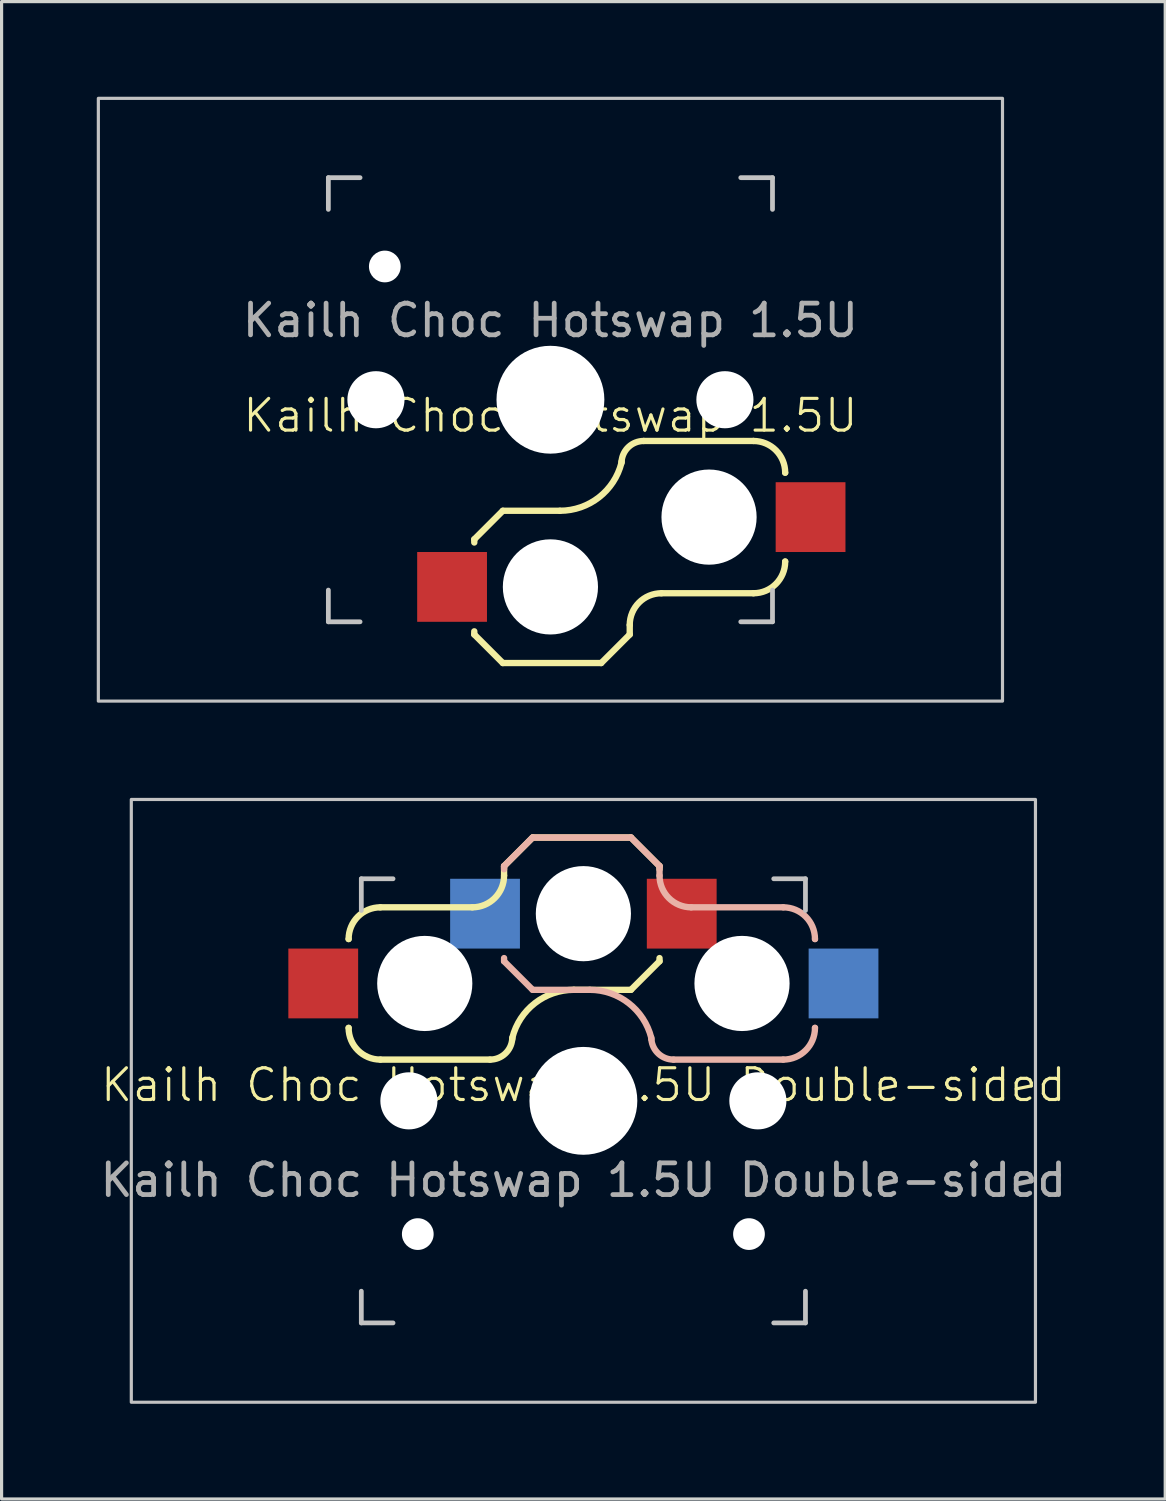
<source format=kicad_pcb>
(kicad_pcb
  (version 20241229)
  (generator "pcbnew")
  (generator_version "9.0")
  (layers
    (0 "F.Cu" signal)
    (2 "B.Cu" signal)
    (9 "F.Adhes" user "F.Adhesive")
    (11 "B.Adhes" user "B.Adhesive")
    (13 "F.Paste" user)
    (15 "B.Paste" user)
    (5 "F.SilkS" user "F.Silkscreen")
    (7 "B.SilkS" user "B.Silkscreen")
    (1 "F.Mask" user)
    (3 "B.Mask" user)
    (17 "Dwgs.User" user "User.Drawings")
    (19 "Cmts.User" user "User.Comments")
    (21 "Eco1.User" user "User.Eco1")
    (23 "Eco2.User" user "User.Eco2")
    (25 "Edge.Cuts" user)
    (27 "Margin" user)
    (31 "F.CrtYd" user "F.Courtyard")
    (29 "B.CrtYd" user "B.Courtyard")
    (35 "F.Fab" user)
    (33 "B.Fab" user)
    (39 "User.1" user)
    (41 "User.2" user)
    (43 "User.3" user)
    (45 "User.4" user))
  (footprint "Kailh Choc Hotswap 1.5U"
    (layer "F.Cu")
    (at 14.3 9.55)
    (property "Reference" "Kailh Choc Hotswap 1.5U" (at 0 0.5 0) (unlocked yes) (layer "F.SilkS") (effects (font (size 1 1) (thickness 0.1))))
    (attr smd)
    (fp_line (start -2.4 4.4) (end -2.4 4.5) (stroke (width 0.2) (type default)) (layer "F.SilkS"))
    (fp_line (start -2.4 7.3) (end -2.4 7.4) (stroke (width 0.2) (type default)) (layer "F.SilkS"))
    (fp_line (start -2.4 7.4) (end -1.5 8.3) (stroke (width 0.2) (type default)) (layer "F.SilkS"))
    (fp_line (start -1.5 3.5) (end -2.4 4.4) (stroke (width 0.2) (type default)) (layer "F.SilkS"))
    (fp_line (start -1.5 8.3) (end 1.6 8.3) (stroke (width 0.2) (type default)) (layer "F.SilkS"))
    (fp_line (start 0.3 3.5) (end -1.5 3.5) (stroke (width 0.2) (type default)) (layer "F.SilkS"))
    (fp_line (start 1.6 8.3) (end 2.5 7.4) (stroke (width 0.2) (type default)) (layer "F.SilkS"))
    (fp_line (start 2.244 1.938) (end 2.239 1.99) (stroke (width 0.2) (type default)) (layer "F.SilkS"))
    (fp_line (start 2.5 7.4) (end 2.5 7.1) (stroke (width 0.2) (type default)) (layer "F.SilkS"))
    (fp_line (start 3.5 6.1) (end 6.4 6.1) (stroke (width 0.2) (type default)) (layer "F.SilkS"))
    (fp_line (start 6.4 1.3) (end 2.941 1.3) (stroke (width 0.2) (type default)) (layer "F.SilkS"))
    (fp_line (start 7.4 2.3) (end 7.4 2.3) (stroke (width 0.2) (type default)) (layer "F.SilkS"))
    (fp_line (start 7.4 5.1) (end 7.4 5.1) (stroke (width 0.2) (type default)) (layer "F.SilkS"))
    (fp_arc (start 2.239002 1.990174) (mid 1.52875 3.078029) (end 0.3 3.5) (stroke (width 0.2) (type default)) (layer "F.SilkS"))
    (fp_arc (start 2.24358 1.938374) (mid 2.468177 1.483697) (end 2.940862 1.3) (stroke (width 0.2) (type default)) (layer "F.SilkS"))
    (fp_arc (start 2.5 7.1) (mid 2.792893 6.392893) (end 3.5 6.1) (stroke (width 0.2) (type default)) (layer "F.SilkS"))
    (fp_arc (start 6.4 1.3) (mid 7.107107 1.592893) (end 7.4 2.3) (stroke (width 0.2) (type default)) (layer "F.SilkS"))
    (fp_arc (start 7.4 5.1) (mid 7.107107 5.807107) (end 6.4 6.1) (stroke (width 0.2) (type default)) (layer "F.SilkS"))
    (fp_line (start -7 -7) (end -6 -7) (stroke (width 0.15) (type solid)) (layer "Dwgs.User"))
    (fp_line (start -7 -6) (end -7 -7) (stroke (width 0.15) (type solid)) (layer "Dwgs.User"))
    (fp_line (start -7 7) (end -7 6) (stroke (width 0.15) (type solid)) (layer "Dwgs.User"))
    (fp_line (start -6 7) (end -7 7) (stroke (width 0.15) (type solid)) (layer "Dwgs.User"))
    (fp_line (start 6 7) (end 7 7) (stroke (width 0.15) (type solid)) (layer "Dwgs.User"))
    (fp_line (start 7 -7) (end 6 -7) (stroke (width 0.15) (type solid)) (layer "Dwgs.User"))
    (fp_line (start 7 -6) (end 7 -7) (stroke (width 0.15) (type solid)) (layer "Dwgs.User"))
    (fp_line (start 7 7) (end 7 6) (stroke (width 0.15) (type solid)) (layer "Dwgs.User"))
    (fp_rect (start 14.25 9.5) (end -14.25 -9.5) (stroke (width 0.1) (type default)) (fill no) (layer "Dwgs.User"))
    (fp_text user "${REFERENCE}" (at 0 -2.5 0) (unlocked yes) (layer "F.Fab") (effects (font (size 1 1) (thickness 0.15))))
    (pad "" np_thru_hole circle (at -5.5 0 90) (size 1.8 1.8) (drill 1.8) (layers "*.Cu" "*.Mask"))
    (pad "" np_thru_hole circle (at -5.22 -4.2 180) (size 1 1) (drill 1) (layers "*.Cu" "*.Mask"))
    (pad "" np_thru_hole circle (at 0 0 90) (size 3.4 3.4) (drill 3.4) (layers "*.Cu" "*.Mask"))
    (pad "" np_thru_hole circle (at 0 5.9 90) (size 3 3) (drill 3) (layers "*.Cu" "*.Mask"))
    (pad "" np_thru_hole circle (at 5 3.7 270) (size 3 3) (drill 3) (layers "*.Cu" "*.Mask"))
    (pad "" np_thru_hole circle (at 5.5 0 90) (size 1.8 1.8) (drill 1.8) (layers "*.Cu" "*.Mask"))
    (pad "1" smd rect (at 8.2 3.7 180) (size 2.2 2.2) (layers "F.Cu" "F.Mask" "F.Paste"))
    (pad "2" smd rect (at -3.1 5.9 180) (size 2.2 2.2) (layers "F.Cu" "F.Mask" "F.Paste")))
  (footprint "Kailh Choc Hotswap 1.5U Double-sided"
    (layer "F.Cu")
    (at 15.339 31.65)
    (property "Reference" "Kailh Choc Hotswap 1.5U Double-sided" (at 0 -0.5 0) (unlocked yes) (layer "F.SilkS") (effects (font (size 1 1) (thickness 0.1))))
    (attr smd)
    (fp_line (start -7.4 -5.1) (end -7.4 -5.1) (stroke (width 0.2) (type default)) (layer "F.SilkS"))
    (fp_line (start -7.4 -2.3) (end -7.4 -2.3) (stroke (width 0.2) (type default)) (layer "F.SilkS"))
    (fp_line (start -6.4 -1.3) (end -2.941 -1.3) (stroke (width 0.2) (type default)) (layer "F.SilkS"))
    (fp_line (start -3.5 -6.1) (end -6.4 -6.1) (stroke (width 0.2) (type default)) (layer "F.SilkS"))
    (fp_line (start -2.5 -7.4) (end -2.5 -7.1) (stroke (width 0.2) (type default)) (layer "F.SilkS"))
    (fp_line (start -2.244 -1.938) (end -2.239 -1.99) (stroke (width 0.2) (type default)) (layer "F.SilkS"))
    (fp_line (start -1.6 -8.3) (end -2.5 -7.4) (stroke (width 0.2) (type default)) (layer "F.SilkS"))
    (fp_line (start -0.3 -3.5) (end 1.5 -3.5) (stroke (width 0.2) (type default)) (layer "F.SilkS"))
    (fp_line (start 1.5 -8.3) (end -1.6 -8.3) (stroke (width 0.2) (type default)) (layer "F.SilkS"))
    (fp_line (start 1.5 -3.5) (end 2.4 -4.4) (stroke (width 0.2) (type default)) (layer "F.SilkS"))
    (fp_line (start 2.4 -7.4) (end 1.5 -8.3) (stroke (width 0.2) (type default)) (layer "F.SilkS"))
    (fp_line (start 2.4 -7.3) (end 2.4 -7.4) (stroke (width 0.2) (type default)) (layer "F.SilkS"))
    (fp_line (start 2.4 -4.4) (end 2.4 -4.5) (stroke (width 0.2) (type default)) (layer "F.SilkS"))
    (fp_arc (start -7.4 -5.1) (mid -7.107107 -5.807107) (end -6.4 -6.1) (stroke (width 0.2) (type default)) (layer "F.SilkS"))
    (fp_arc (start -6.4 -1.3) (mid -7.107107 -1.592893) (end -7.4 -2.3) (stroke (width 0.2) (type default)) (layer "F.SilkS"))
    (fp_arc (start -2.5 -7.1) (mid -2.792893 -6.392893) (end -3.5 -6.1) (stroke (width 0.2) (type default)) (layer "F.SilkS"))
    (fp_arc (start -2.24358 -1.938374) (mid -2.468177 -1.483697) (end -2.940862 -1.3) (stroke (width 0.2) (type default)) (layer "F.SilkS"))
    (fp_arc (start -2.239002 -1.990174) (mid -1.52875 -3.078029) (end -0.3 -3.5) (stroke (width 0.2) (type default)) (layer "F.SilkS"))
    (fp_line (start -2.5 -7.4) (end -1.6 -8.3) (stroke (width 0.2) (type default)) (layer "B.SilkS"))
    (fp_line (start -2.5 -7.3) (end -2.5 -7.4) (stroke (width 0.2) (type default)) (layer "B.SilkS"))
    (fp_line (start -2.5 -4.4) (end -2.5 -4.5) (stroke (width 0.2) (type default)) (layer "B.SilkS"))
    (fp_line (start -1.6 -8.3) (end 1.5 -8.3) (stroke (width 0.2) (type default)) (layer "B.SilkS"))
    (fp_line (start -1.6 -3.5) (end -2.5 -4.4) (stroke (width 0.2) (type default)) (layer "B.SilkS"))
    (fp_line (start 0.2 -3.5) (end -1.6 -3.5) (stroke (width 0.2) (type default)) (layer "B.SilkS"))
    (fp_line (start 1.5 -8.3) (end 2.4 -7.4) (stroke (width 0.2) (type default)) (layer "B.SilkS"))
    (fp_line (start 2.144 -1.938) (end 2.139 -1.99) (stroke (width 0.2) (type default)) (layer "B.SilkS"))
    (fp_line (start 2.4 -7.4) (end 2.4 -7.1) (stroke (width 0.2) (type default)) (layer "B.SilkS"))
    (fp_line (start 3.4 -6.1) (end 6.3 -6.1) (stroke (width 0.2) (type default)) (layer "B.SilkS"))
    (fp_line (start 6.3 -1.3) (end 2.841 -1.3) (stroke (width 0.2) (type default)) (layer "B.SilkS"))
    (fp_line (start 7.3 -5.1) (end 7.3 -5.1) (stroke (width 0.2) (type default)) (layer "B.SilkS"))
    (fp_line (start 7.3 -2.3) (end 7.3 -2.3) (stroke (width 0.2) (type default)) (layer "B.SilkS"))
    (fp_arc (start 0.2 -3.5) (mid 1.42875 -3.078029) (end 2.139002 -1.990174) (stroke (width 0.2) (type default)) (layer "B.SilkS"))
    (fp_arc (start 2.840862 -1.3) (mid 2.368177 -1.483697) (end 2.14358 -1.938374) (stroke (width 0.2) (type default)) (layer "B.SilkS"))
    (fp_arc (start 3.4 -6.1) (mid 2.692893 -6.392893) (end 2.4 -7.1) (stroke (width 0.2) (type default)) (layer "B.SilkS"))
    (fp_arc (start 6.3 -6.1) (mid 7.007107 -5.807107) (end 7.3 -5.1) (stroke (width 0.2) (type default)) (layer "B.SilkS"))
    (fp_arc (start 7.3 -2.3) (mid 7.007107 -1.592893) (end 6.3 -1.3) (stroke (width 0.2) (type default)) (layer "B.SilkS"))
    (fp_line (start -7 -7) (end -7 -6) (stroke (width 0.15) (type solid)) (layer "Dwgs.User"))
    (fp_line (start -7 6) (end -7 7) (stroke (width 0.15) (type solid)) (layer "Dwgs.User"))
    (fp_line (start -7 7) (end -6 7) (stroke (width 0.15) (type solid)) (layer "Dwgs.User"))
    (fp_line (start -6 -7) (end -7 -7) (stroke (width 0.15) (type solid)) (layer "Dwgs.User"))
    (fp_line (start 6 -7) (end 7 -7) (stroke (width 0.15) (type solid)) (layer "Dwgs.User"))
    (fp_line (start 7 -7) (end 7 -6) (stroke (width 0.15) (type solid)) (layer "Dwgs.User"))
    (fp_line (start 7 6) (end 7 7) (stroke (width 0.15) (type solid)) (layer "Dwgs.User"))
    (fp_line (start 7 7) (end 6 7) (stroke (width 0.15) (type solid)) (layer "Dwgs.User"))
    (fp_rect (start -14.25 -9.5) (end 14.25 9.5) (stroke (width 0.1) (type default)) (fill no) (layer "Dwgs.User"))
    (fp_text user "${REFERENCE}" (at 0 2.5 0) (unlocked yes) (layer "F.Fab") (effects (font (size 1 1) (thickness 0.15))))
    (pad "" np_thru_hole circle (at -5.5 0 270) (size 1.8 1.8) (drill 1.8) (layers "*.Cu" "*.Mask"))
    (pad "" np_thru_hole circle (at -5.22 4.2) (size 1 1) (drill 1) (layers "*.Cu" "*.Mask"))
    (pad "" np_thru_hole circle (at -5 -3.7 90) (size 3 3) (drill 3) (layers "*.Cu" "*.Mask"))
    (pad "" np_thru_hole circle (at 0 -5.9 270) (size 3 3) (drill 3) (layers "*.Cu" "*.Mask"))
    (pad "" np_thru_hole circle (at 0 0 270) (size 3.4 3.4) (drill 3.4) (layers "*.Cu" "*.Mask"))
    (pad "" np_thru_hole circle (at 5 -3.7 270) (size 3 3) (drill 3) (layers "*.Cu" "*.Mask"))
    (pad "" np_thru_hole circle (at 5.22 4.2) (size 1 1) (drill 1) (layers "*.Cu" "*.Mask"))
    (pad "" np_thru_hole circle (at 5.5 0 270) (size 1.8 1.8) (drill 1.8) (layers "*.Cu" "*.Mask"))
    (pad "1" smd rect (at -8.2 -3.7) (size 2.2 2.2) (layers "F.Cu" "F.Mask" "F.Paste"))
    (pad "1" smd rect (at 8.2 -3.7) (size 2.2 2.2) (layers "B.Cu" "B.Mask" "B.Paste"))
    (pad "2" smd rect (at -3.1 -5.9) (size 2.2 2.2) (layers "B.Cu" "B.Mask" "B.Paste"))
    (pad "2" smd rect (at 3.1 -5.9) (size 2.2 2.2) (layers "F.Cu" "F.Mask" "F.Paste")))
  (gr_rect
    (start -3 -3)
    (end 33.679 44.2)
    (stroke (width 0.1) (type default))
    (fill no)
    (layer "Edge.Cuts")))
</source>
